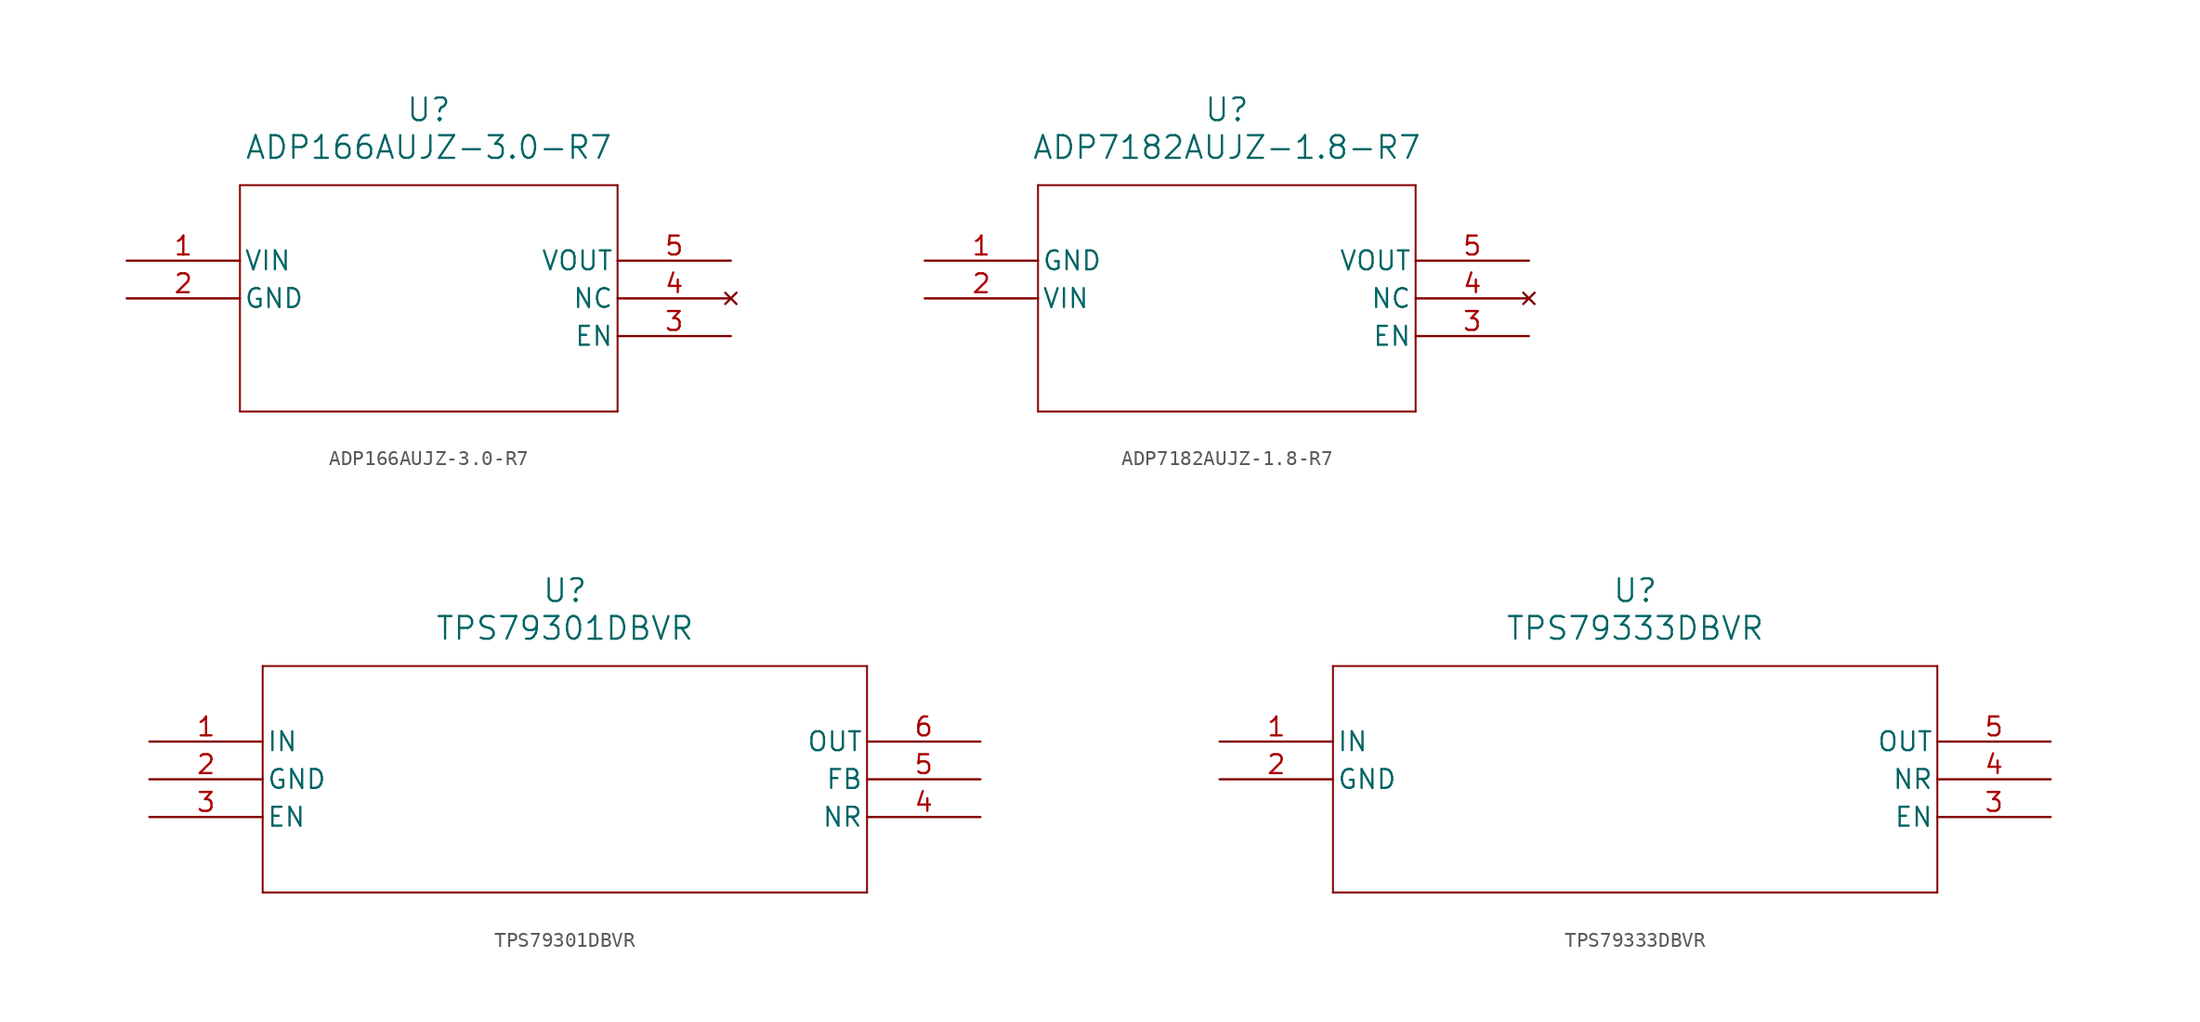
<source format=kicad_sym>
(kicad_symbol_lib
  (version 20241209)
  (generator "kicad_symbol_editor")
  (generator_version "9.0")
  (symbol "ADP166AUJZ-3.0-R7"
    (pin_names
      (offset 0.254))
    (property "Reference" "U"
      (at 20.32 10.16 0)
      (effects (font (size 1.524 1.524))))
    (property "Value" "ADP166AUJZ-3.0-R7"
      (at 20.32 7.62 0)
      (effects (font (size 1.524 1.524))))
    (property "ki_locked" ""
      (at 0 0 0)
      (effects (font (size 1.27 1.27))))
    (symbol "ADP166AUJZ-3.0-R7_0_1"
      (polyline (pts (xy 7.62 5.08) (xy 7.62 -10.16)) (stroke (width 0.127) (type default)) (fill (type none)))
      (polyline (pts (xy 7.62 -10.16) (xy 33.02 -10.16)) (stroke (width 0.127) (type default)) (fill (type none)))
      (polyline (pts (xy 33.02 5.08) (xy 7.62 5.08)) (stroke (width 0.127) (type default)) (fill (type none)))
      (polyline (pts (xy 33.02 -10.16) (xy 33.02 5.08)) (stroke (width 0.127) (type default)) (fill (type none)))
      (pin power_in line (at 0 0 0) (length 7.62) (name "VIN" (effects (font (size 1.27 1.27)))) (number "1" (effects (font (size 1.27 1.27)))))
      (pin power_out line (at 0 -2.54 0) (length 7.62) (name "GND" (effects (font (size 1.27 1.27)))) (number "2" (effects (font (size 1.27 1.27)))))
      (pin power_in line (at 40.64 0 180) (length 7.62) (name "VOUT" (effects (font (size 1.27 1.27)))) (number "5" (effects (font (size 1.27 1.27)))))
      (pin no_connect line (at 40.64 -2.54 180) (length 7.62) (name "NC" (effects (font (size 1.27 1.27)))) (number "4" (effects (font (size 1.27 1.27)))))
      (pin input line (at 40.64 -5.08 180) (length 7.62) (name "EN" (effects (font (size 1.27 1.27)))) (number "3" (effects (font (size 1.27 1.27)))))))
  (symbol "ADP7182AUJZ-1.8-R7"
    (pin_names
      (offset 0.254))
    (property "Reference" "U"
      (at 20.32 10.16 0)
      (effects (font (size 1.524 1.524))))
    (property "Value" "ADP7182AUJZ-1.8-R7"
      (at 20.32 7.62 0)
      (effects (font (size 1.524 1.524))))
    (property "ki_locked" ""
      (at 0 0 0)
      (effects (font (size 1.27 1.27))))
    (symbol "ADP7182AUJZ-1.8-R7_0_1"
      (polyline (pts (xy 7.62 5.08) (xy 7.62 -10.16)) (stroke (width 0.127) (type default)) (fill (type none)))
      (polyline (pts (xy 7.62 -10.16) (xy 33.02 -10.16)) (stroke (width 0.127) (type default)) (fill (type none)))
      (polyline (pts (xy 33.02 5.08) (xy 7.62 5.08)) (stroke (width 0.127) (type default)) (fill (type none)))
      (polyline (pts (xy 33.02 -10.16) (xy 33.02 5.08)) (stroke (width 0.127) (type default)) (fill (type none)))
      (pin power_out line (at 0 0 0) (length 7.62) (name "GND" (effects (font (size 1.27 1.27)))) (number "1" (effects (font (size 1.27 1.27)))))
      (pin power_in line (at 0 -2.54 0) (length 7.62) (name "VIN" (effects (font (size 1.27 1.27)))) (number "2" (effects (font (size 1.27 1.27)))))
      (pin output line (at 40.64 0 180) (length 7.62) (name "VOUT" (effects (font (size 1.27 1.27)))) (number "5" (effects (font (size 1.27 1.27)))))
      (pin no_connect line (at 40.64 -2.54 180) (length 7.62) (name "NC" (effects (font (size 1.27 1.27)))) (number "4" (effects (font (size 1.27 1.27)))))
      (pin input line (at 40.64 -5.08 180) (length 7.62) (name "EN" (effects (font (size 1.27 1.27)))) (number "3" (effects (font (size 1.27 1.27)))))))
  (symbol "TPS79301DBVR"
    (pin_names
      (offset 0.254))
    (property "Reference" "U"
      (at 27.94 10.16 0)
      (effects (font (size 1.524 1.524))))
    (property "Value" "TPS79301DBVR"
      (at 27.94 7.62 0)
      (effects (font (size 1.524 1.524))))
    (property "ki_locked" ""
      (at 0 0 0)
      (effects (font (size 1.27 1.27))))
    (symbol "TPS79301DBVR_0_1"
      (polyline (pts (xy 7.62 5.08) (xy 7.62 -10.16)) (stroke (width 0.127) (type default)) (fill (type none)))
      (polyline (pts (xy 7.62 -10.16) (xy 48.26 -10.16)) (stroke (width 0.127) (type default)) (fill (type none)))
      (polyline (pts (xy 48.26 5.08) (xy 7.62 5.08)) (stroke (width 0.127) (type default)) (fill (type none)))
      (polyline (pts (xy 48.26 -10.16) (xy 48.26 5.08)) (stroke (width 0.127) (type default)) (fill (type none)))
      (pin input line (at 0 0 0) (length 7.62) (name "IN" (effects (font (size 1.27 1.27)))) (number "1" (effects (font (size 1.27 1.27)))))
      (pin power_in line (at 0 -2.54 0) (length 7.62) (name "GND" (effects (font (size 1.27 1.27)))) (number "2" (effects (font (size 1.27 1.27)))))
      (pin unspecified line (at 0 -5.08 0) (length 7.62) (name "EN" (effects (font (size 1.27 1.27)))) (number "3" (effects (font (size 1.27 1.27)))))
      (pin output line (at 55.88 0 180) (length 7.62) (name "OUT" (effects (font (size 1.27 1.27)))) (number "6" (effects (font (size 1.27 1.27)))))
      (pin unspecified line (at 55.88 -2.54 180) (length 7.62) (name "FB" (effects (font (size 1.27 1.27)))) (number "5" (effects (font (size 1.27 1.27)))))
      (pin unspecified line (at 55.88 -5.08 180) (length 7.62) (name "NR" (effects (font (size 1.27 1.27)))) (number "4" (effects (font (size 1.27 1.27)))))))
  (symbol "TPS79333DBVR"
    (pin_names
      (offset 0.254))
    (property "Reference" "U"
      (at 27.94 10.16 0)
      (effects (font (size 1.524 1.524))))
    (property "Value" "TPS79333DBVR"
      (at 27.94 7.62 0)
      (effects (font (size 1.524 1.524))))
    (property "ki_locked" ""
      (at 0 0 0)
      (effects (font (size 1.27 1.27))))
    (symbol "TPS79333DBVR_0_1"
      (polyline (pts (xy 7.62 5.08) (xy 7.62 -10.16)) (stroke (width 0.127) (type default)) (fill (type none)))
      (polyline (pts (xy 7.62 -10.16) (xy 48.26 -10.16)) (stroke (width 0.127) (type default)) (fill (type none)))
      (polyline (pts (xy 48.26 5.08) (xy 7.62 5.08)) (stroke (width 0.127) (type default)) (fill (type none)))
      (polyline (pts (xy 48.26 -10.16) (xy 48.26 5.08)) (stroke (width 0.127) (type default)) (fill (type none)))
      (pin input line (at 0 0 0) (length 7.62) (name "IN" (effects (font (size 1.27 1.27)))) (number "1" (effects (font (size 1.27 1.27)))))
      (pin power_in line (at 0 -2.54 0) (length 7.62) (name "GND" (effects (font (size 1.27 1.27)))) (number "2" (effects (font (size 1.27 1.27)))))
      (pin output line (at 55.88 0 180) (length 7.62) (name "OUT" (effects (font (size 1.27 1.27)))) (number "5" (effects (font (size 1.27 1.27)))))
      (pin unspecified line (at 55.88 -2.54 180) (length 7.62) (name "NR" (effects (font (size 1.27 1.27)))) (number "4" (effects (font (size 1.27 1.27)))))
      (pin unspecified line (at 55.88 -5.08 180) (length 7.62) (name "EN" (effects (font (size 1.27 1.27)))) (number "3" (effects (font (size 1.27 1.27))))))))
</source>
